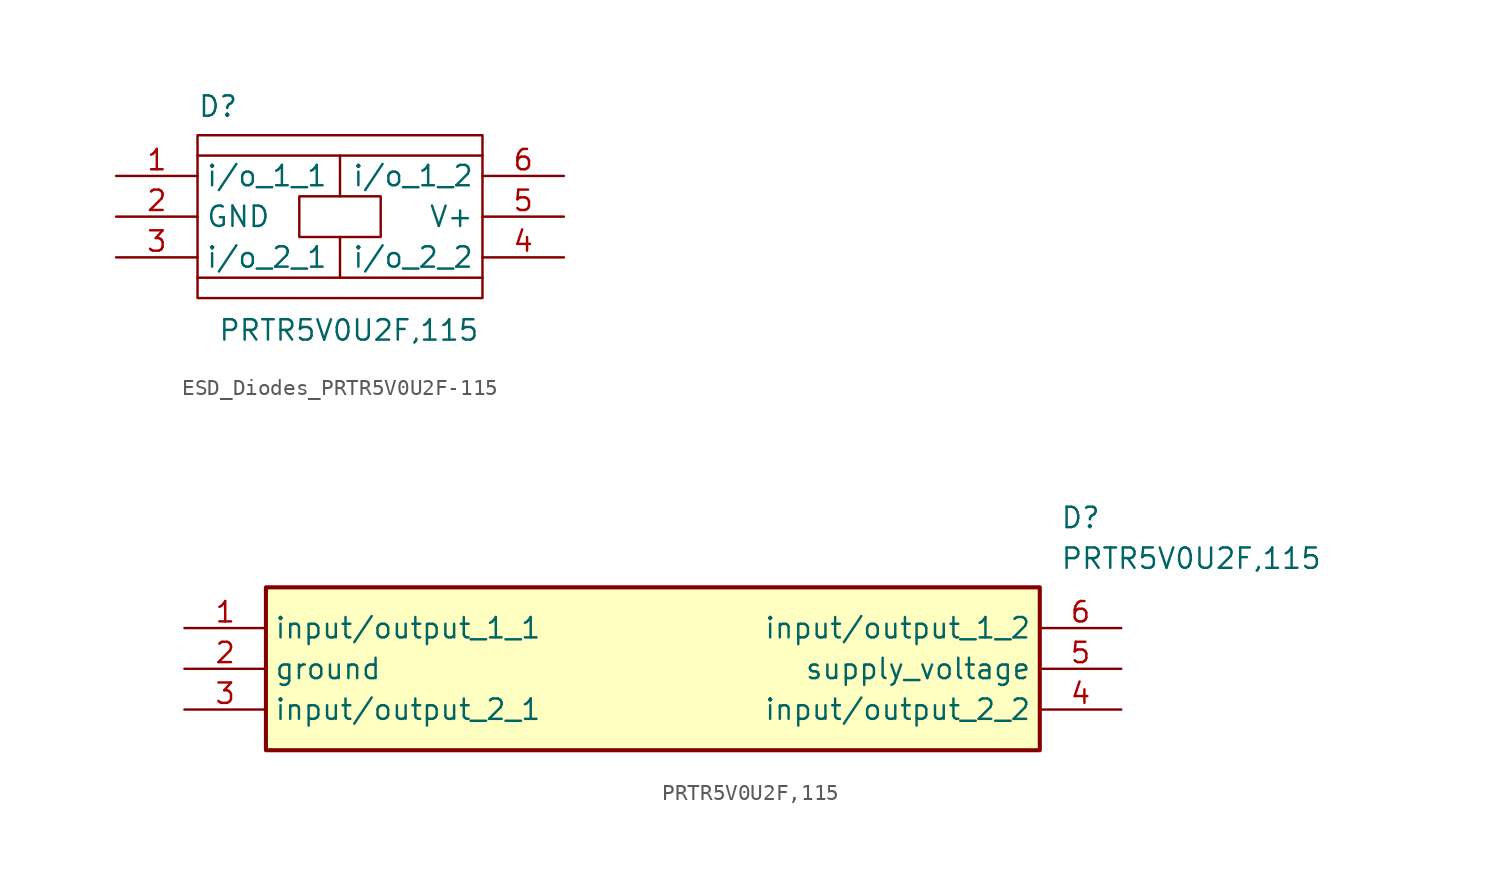
<source format=kicad_sym>
(kicad_symbol_lib
  (version 20220914)
  (generator kicad_symbol_editor)
  (symbol "ESD_Diodes_PRTR5V0U2F-115"
    (property "Reference" "D"
      (at 0 2.54 0)
      (effects (font (size 1.27 1.27)) (justify left top)))
    (property "Value" "PRTR5V0U2F,115"
      (at 1.27 -11.43 0)
      (effects (font (size 1.27 1.27)) (justify left top)))
    (symbol "ESD_Diodes_PRTR5V0U2F-115_0_1"
      (polyline (pts (xy 0 -8.89) (xy 17.78 -8.89)) (stroke (width 0) (type default)) (fill (type none)))
      (polyline (pts (xy 0 -1.27) (xy 17.78 -1.27)) (stroke (width 0) (type default)) (fill (type none)))
      (polyline (pts (xy 8.89 -6.35) (xy 8.89 -8.89)) (stroke (width 0) (type default)) (fill (type none)))
      (polyline (pts (xy 8.89 -1.27) (xy 8.89 -3.81)) (stroke (width 0) (type default)) (fill (type none)))
      (rectangle (start 0 0) (end 17.78 -10.16) (stroke (width 0) (type default)) (fill (type none)))
      (rectangle (start 6.35 -3.81) (end 11.43 -6.35) (stroke (width 0) (type default)) (fill (type none))))
    (symbol "ESD_Diodes_PRTR5V0U2F-115_1_1"
      (pin passive line (at -5.08 -2.54 0) (length 5.08) (name "i/o_1_1" (effects (font (size 1.27 1.27)))) (number "1" (effects (font (size 1.27 1.27)))))
      (pin passive line (at -5.08 -5.08 0) (length 5.08) (name "GND" (effects (font (size 1.27 1.27)))) (number "2" (effects (font (size 1.27 1.27)))))
      (pin passive line (at -5.08 -7.62 0) (length 5.08) (name "i/o_2_1" (effects (font (size 1.27 1.27)))) (number "3" (effects (font (size 1.27 1.27)))))
      (pin passive line (at 22.86 -7.62 180) (length 5.08) (name "i/o_2_2" (effects (font (size 1.27 1.27)))) (number "4" (effects (font (size 1.27 1.27)))))
      (pin passive line (at 22.86 -5.08 180) (length 5.08) (name "V+" (effects (font (size 1.27 1.27)))) (number "5" (effects (font (size 1.27 1.27)))))
      (pin passive line (at 22.86 -2.54 180) (length 5.08) (name "i/o_1_2" (effects (font (size 1.27 1.27)))) (number "6" (effects (font (size 1.27 1.27)))))))
  (symbol "PRTR5V0U2F,115"
    (property "Reference" "D"
      (at 54.61 7.62 0)
      (effects (font (size 1.27 1.27)) (justify left top)))
    (property "Value" "PRTR5V0U2F,115"
      (at 54.61 5.08 0)
      (effects (font (size 1.27 1.27)) (justify left top)))
    (symbol "PRTR5V0U2F,115_1_1"
      (rectangle (start 5.08 2.54) (end 53.34 -7.62) (stroke (width 0.254) (type default)) (fill (type background)))
      (pin passive line (at 0 0 0) (length 5.08) (name "input/output_1_1" (effects (font (size 1.27 1.27)))) (number "1" (effects (font (size 1.27 1.27)))))
      (pin passive line (at 0 -2.54 0) (length 5.08) (name "ground" (effects (font (size 1.27 1.27)))) (number "2" (effects (font (size 1.27 1.27)))))
      (pin passive line (at 0 -5.08 0) (length 5.08) (name "input/output_2_1" (effects (font (size 1.27 1.27)))) (number "3" (effects (font (size 1.27 1.27)))))
      (pin passive line (at 58.42 -5.08 180) (length 5.08) (name "input/output_2_2" (effects (font (size 1.27 1.27)))) (number "4" (effects (font (size 1.27 1.27)))))
      (pin passive line (at 58.42 -2.54 180) (length 5.08) (name "supply_voltage" (effects (font (size 1.27 1.27)))) (number "5" (effects (font (size 1.27 1.27)))))
      (pin passive line (at 58.42 0 180) (length 5.08) (name "input/output_1_2" (effects (font (size 1.27 1.27)))) (number "6" (effects (font (size 1.27 1.27))))))))
</source>
